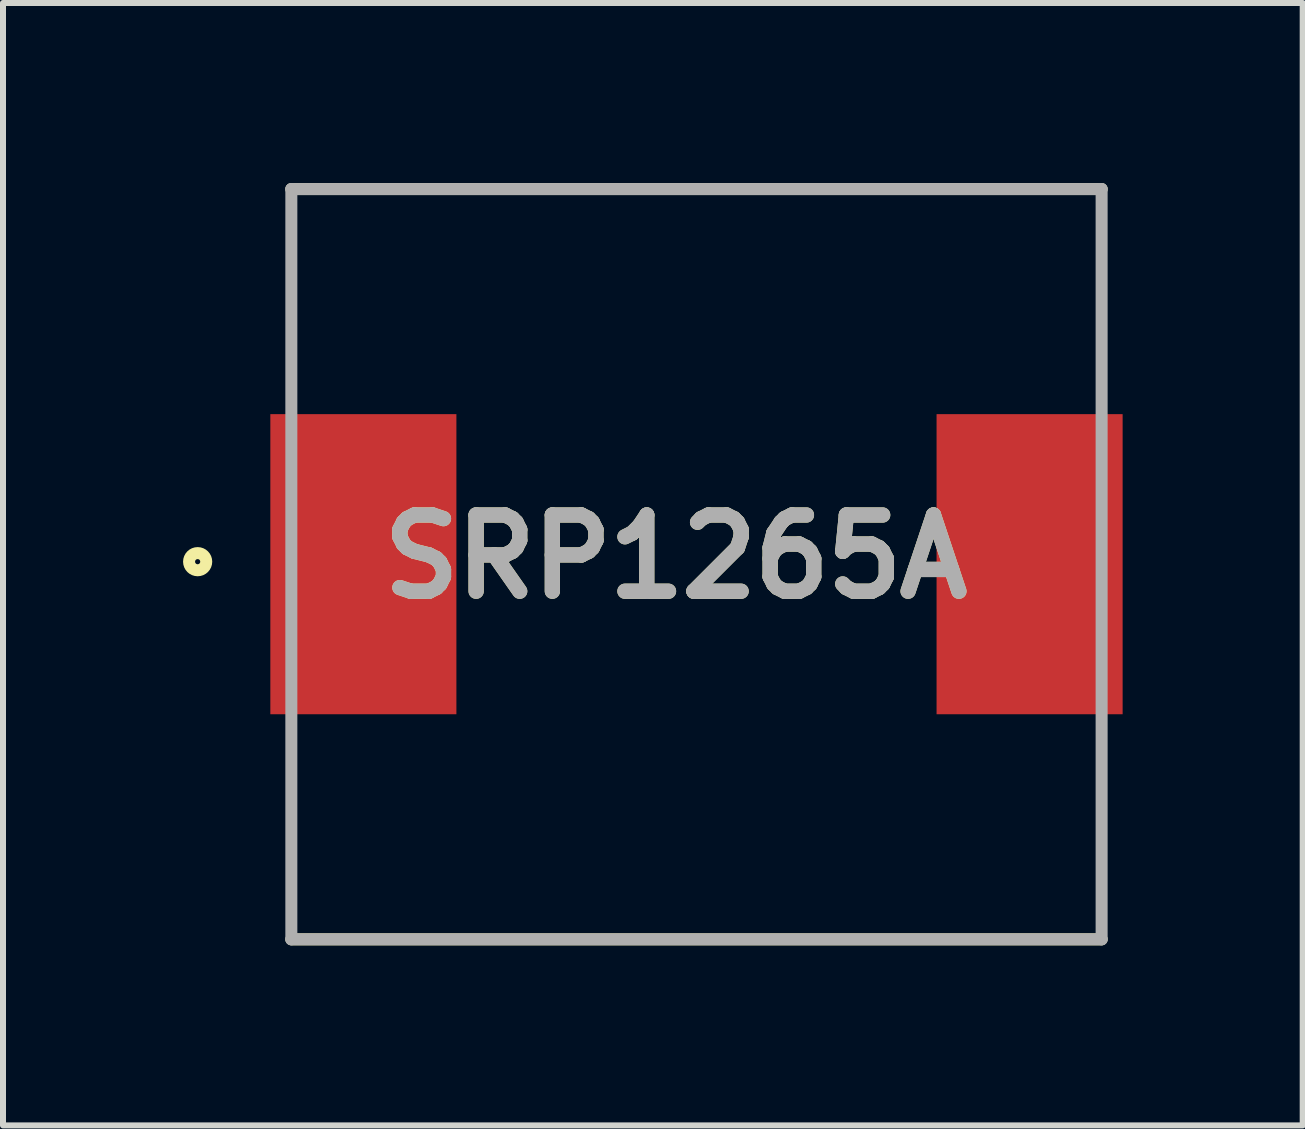
<source format=kicad_pcb>
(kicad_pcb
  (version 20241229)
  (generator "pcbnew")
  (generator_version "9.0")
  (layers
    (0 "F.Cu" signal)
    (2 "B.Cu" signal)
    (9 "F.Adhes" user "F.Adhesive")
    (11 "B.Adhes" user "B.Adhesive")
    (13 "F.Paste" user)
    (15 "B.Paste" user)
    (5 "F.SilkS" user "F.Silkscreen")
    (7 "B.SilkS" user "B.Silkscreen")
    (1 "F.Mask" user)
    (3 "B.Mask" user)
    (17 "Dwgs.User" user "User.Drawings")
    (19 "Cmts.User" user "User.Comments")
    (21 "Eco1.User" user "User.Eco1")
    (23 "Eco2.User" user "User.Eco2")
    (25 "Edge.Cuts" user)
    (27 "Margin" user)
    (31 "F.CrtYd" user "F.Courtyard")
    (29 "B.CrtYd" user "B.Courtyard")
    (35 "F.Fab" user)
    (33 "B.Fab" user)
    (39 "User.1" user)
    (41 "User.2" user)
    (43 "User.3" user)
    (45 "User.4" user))
  (footprint "SRP1265A"
    (layer "F.Cu")
    (at 8.554 6.35)
    (property "Reference" "SRP1265A" (at -0.345 -0.124 0) (layer "F.SilkS") (effects (font (size 1.27 1.27) (thickness 0.254))))
    (attr smd)
    (fp_line (start -6.75 -6.25) (end 6.75 -6.25) (stroke (width 0.2) (type solid)) (layer "F.SilkS"))
    (fp_line (start 6.75 6.25) (end -6.75 6.25) (stroke (width 0.2) (type solid)) (layer "F.SilkS"))
    (fp_circle (center -8.311 -0.042) (end -8.311 0.101) (stroke (width 0.2) (type solid)) (fill no) (layer "F.SilkS"))
    (fp_line (start -6.75 -6.25) (end 6.75 -6.25) (stroke (width 0.2) (type solid)) (layer "F.Fab"))
    (fp_line (start -6.75 6.25) (end -6.75 -6.25) (stroke (width 0.2) (type solid)) (layer "F.Fab"))
    (fp_line (start 6.75 -6.25) (end 6.75 6.25) (stroke (width 0.2) (type solid)) (layer "F.Fab"))
    (fp_line (start 6.75 6.25) (end -6.75 6.25) (stroke (width 0.2) (type solid)) (layer "F.Fab"))
    (fp_text user "${REFERENCE}" (at -0.345 -0.124 0) (layer "F.Fab") (effects (font (size 1.27 1.27) (thickness 0.254))))
    (pad "1" smd rect (at -5.55 0) (size 3.1 5) (layers "F.Cu" "F.Mask" "F.Paste"))
    (pad "2" smd rect (at 5.55 0) (size 3.1 5) (layers "F.Cu" "F.Mask" "F.Paste")))
  (gr_rect
    (start -3 -3)
    (end 18.654 15.7)
    (stroke (width 0.1) (type default))
    (fill no)
    (layer "Edge.Cuts")))
</source>
